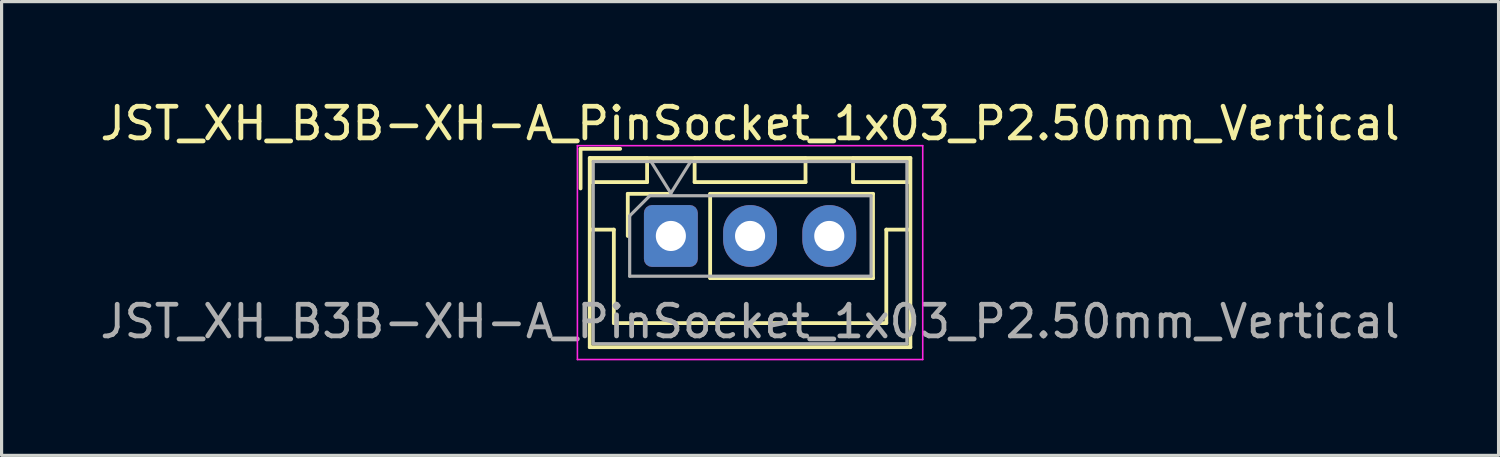
<source format=kicad_pcb>
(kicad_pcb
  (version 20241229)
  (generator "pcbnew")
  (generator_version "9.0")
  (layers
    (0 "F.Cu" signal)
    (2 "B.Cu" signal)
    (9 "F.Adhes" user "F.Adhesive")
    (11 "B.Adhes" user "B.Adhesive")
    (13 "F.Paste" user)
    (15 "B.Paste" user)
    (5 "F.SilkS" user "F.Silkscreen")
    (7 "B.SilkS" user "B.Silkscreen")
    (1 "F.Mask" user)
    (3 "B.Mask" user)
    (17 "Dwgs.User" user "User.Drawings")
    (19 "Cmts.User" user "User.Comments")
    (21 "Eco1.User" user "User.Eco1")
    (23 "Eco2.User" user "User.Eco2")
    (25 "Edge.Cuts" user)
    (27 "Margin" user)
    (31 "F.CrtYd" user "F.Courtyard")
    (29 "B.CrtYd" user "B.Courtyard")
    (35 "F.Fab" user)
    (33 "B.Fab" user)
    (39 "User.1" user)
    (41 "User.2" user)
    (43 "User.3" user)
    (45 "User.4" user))
  (footprint "JST_XH_B3B-XH-A_PinSocket_1x03_P2.50mm_Vertical"
    (layer "F.Cu")
    (at 18.125 4.398)
    (property "Reference" "JST_XH_B3B-XH-A_PinSocket_1x03_P2.50mm_Vertical" (at 2.5 -3.55 0) (layer "F.SilkS") (effects (font (size 1 1) (thickness 0.15))))
    (attr through_hole)
    (fp_line (start -2.85 -2.75) (end -2.85 -1.5) (stroke (width 0.12) (type solid)) (layer "F.SilkS"))
    (fp_line (start -2.56 -2.46) (end -2.56 3.51) (stroke (width 0.12) (type solid)) (layer "F.SilkS"))
    (fp_line (start -2.56 3.51) (end 7.56 3.51) (stroke (width 0.12) (type solid)) (layer "F.SilkS"))
    (fp_line (start -2.55 -2.45) (end -2.55 -1.7) (stroke (width 0.12) (type solid)) (layer "F.SilkS"))
    (fp_line (start -2.55 -1.7) (end -0.75 -1.7) (stroke (width 0.12) (type solid)) (layer "F.SilkS"))
    (fp_line (start -2.55 -0.2) (end -1.8 -0.2) (stroke (width 0.12) (type solid)) (layer "F.SilkS"))
    (fp_line (start -1.8 -0.2) (end -1.8 2.75) (stroke (width 0.12) (type solid)) (layer "F.SilkS"))
    (fp_line (start -1.8 2.75) (end 2.5 2.75) (stroke (width 0.12) (type solid)) (layer "F.SilkS"))
    (fp_line (start -1.6 -2.75) (end -2.85 -2.75) (stroke (width 0.12) (type solid)) (layer "F.SilkS"))
    (fp_line (start -1.36 -1.33) (end -0.03 -1.33) (stroke (width 0.12) (type solid)) (layer "F.SilkS"))
    (fp_line (start -1.36 0) (end -1.36 -1.33) (stroke (width 0.12) (type solid)) (layer "F.SilkS"))
    (fp_line (start -0.75 -2.45) (end -2.55 -2.45) (stroke (width 0.12) (type solid)) (layer "F.SilkS"))
    (fp_line (start -0.75 -1.7) (end -0.75 -2.45) (stroke (width 0.12) (type solid)) (layer "F.SilkS"))
    (fp_line (start 0.75 -2.45) (end 0.75 -1.7) (stroke (width 0.12) (type solid)) (layer "F.SilkS"))
    (fp_line (start 0.75 -1.7) (end 4.25 -1.7) (stroke (width 0.12) (type solid)) (layer "F.SilkS"))
    (fp_line (start 1.24 -1.33) (end 6.38 -1.33) (stroke (width 0.12) (type solid)) (layer "F.SilkS"))
    (fp_line (start 1.24 1.33) (end 1.24 -1.33) (stroke (width 0.12) (type solid)) (layer "F.SilkS"))
    (fp_line (start 1.24 1.33) (end 6.38 1.33) (stroke (width 0.12) (type solid)) (layer "F.SilkS"))
    (fp_line (start 4.25 -2.45) (end 0.75 -2.45) (stroke (width 0.12) (type solid)) (layer "F.SilkS"))
    (fp_line (start 4.25 -1.7) (end 4.25 -2.45) (stroke (width 0.12) (type solid)) (layer "F.SilkS"))
    (fp_line (start 5.75 -2.45) (end 5.75 -1.7) (stroke (width 0.12) (type solid)) (layer "F.SilkS"))
    (fp_line (start 5.75 -1.7) (end 7.55 -1.7) (stroke (width 0.12) (type solid)) (layer "F.SilkS"))
    (fp_line (start 6.38 1.33) (end 6.38 -1.33) (stroke (width 0.12) (type solid)) (layer "F.SilkS"))
    (fp_line (start 6.8 -0.2) (end 6.8 2.75) (stroke (width 0.12) (type solid)) (layer "F.SilkS"))
    (fp_line (start 6.8 2.75) (end 2.5 2.75) (stroke (width 0.12) (type solid)) (layer "F.SilkS"))
    (fp_line (start 7.55 -2.45) (end 5.75 -2.45) (stroke (width 0.12) (type solid)) (layer "F.SilkS"))
    (fp_line (start 7.55 -1.7) (end 7.55 -2.45) (stroke (width 0.12) (type solid)) (layer "F.SilkS"))
    (fp_line (start 7.55 -0.2) (end 6.8 -0.2) (stroke (width 0.12) (type solid)) (layer "F.SilkS"))
    (fp_line (start 7.56 -2.46) (end -2.56 -2.46) (stroke (width 0.12) (type solid)) (layer "F.SilkS"))
    (fp_line (start 7.56 3.51) (end 7.56 -2.46) (stroke (width 0.12) (type solid)) (layer "F.SilkS"))
    (fp_line (start -2.95 -2.85) (end -2.95 3.9) (stroke (width 0.05) (type solid)) (layer "F.CrtYd"))
    (fp_line (start -2.95 3.9) (end 7.95 3.9) (stroke (width 0.05) (type solid)) (layer "F.CrtYd"))
    (fp_line (start 7.95 -2.85) (end -2.95 -2.85) (stroke (width 0.05) (type solid)) (layer "F.CrtYd"))
    (fp_line (start 7.95 3.9) (end 7.95 -2.85) (stroke (width 0.05) (type solid)) (layer "F.CrtYd"))
    (fp_line (start -2.45 -2.35) (end -2.45 3.4) (stroke (width 0.1) (type solid)) (layer "F.Fab"))
    (fp_line (start -2.45 3.4) (end 7.45 3.4) (stroke (width 0.1) (type solid)) (layer "F.Fab"))
    (fp_line (start -1.3 -0.635) (end -0.665 -1.27) (stroke (width 0.1) (type solid)) (layer "F.Fab"))
    (fp_line (start -1.3 1.27) (end -1.3 -0.635) (stroke (width 0.1) (type solid)) (layer "F.Fab"))
    (fp_line (start -0.665 -1.27) (end 6.32 -1.27) (stroke (width 0.1) (type solid)) (layer "F.Fab"))
    (fp_line (start -0.625 -2.35) (end 0 -1.35) (stroke (width 0.1) (type solid)) (layer "F.Fab"))
    (fp_line (start 0 -1.35) (end 0.625 -2.35) (stroke (width 0.1) (type solid)) (layer "F.Fab"))
    (fp_line (start 6.32 -1.27) (end 6.32 1.27) (stroke (width 0.1) (type solid)) (layer "F.Fab"))
    (fp_line (start 6.32 1.27) (end -1.3 1.27) (stroke (width 0.1) (type solid)) (layer "F.Fab"))
    (fp_line (start 7.45 -2.35) (end -2.45 -2.35) (stroke (width 0.1) (type solid)) (layer "F.Fab"))
    (fp_line (start 7.45 3.4) (end 7.45 -2.35) (stroke (width 0.1) (type solid)) (layer "F.Fab"))
    (fp_text user "${REFERENCE}" (at 2.5 2.7 0) (layer "F.Fab") (effects (font (size 1 1) (thickness 0.15))))
    (pad "1" thru_hole roundrect (at 0 0) (size 1.7 1.95) (drill 0.95) (layers "*.Cu" "*.Mask") (roundrect_rratio 0.147))
    (pad "2" thru_hole oval (at 2.5 0) (size 1.7 1.95) (drill 0.95) (layers "*.Cu" "*.Mask"))
    (pad "3" thru_hole oval (at 5 0) (size 1.7 1.95) (drill 0.95) (layers "*.Cu" "*.Mask")))
  (gr_rect
    (start -3 -3)
    (end 44.25 11.323)
    (stroke (width 0.1) (type default))
    (fill no)
    (layer "Edge.Cuts")))
</source>
